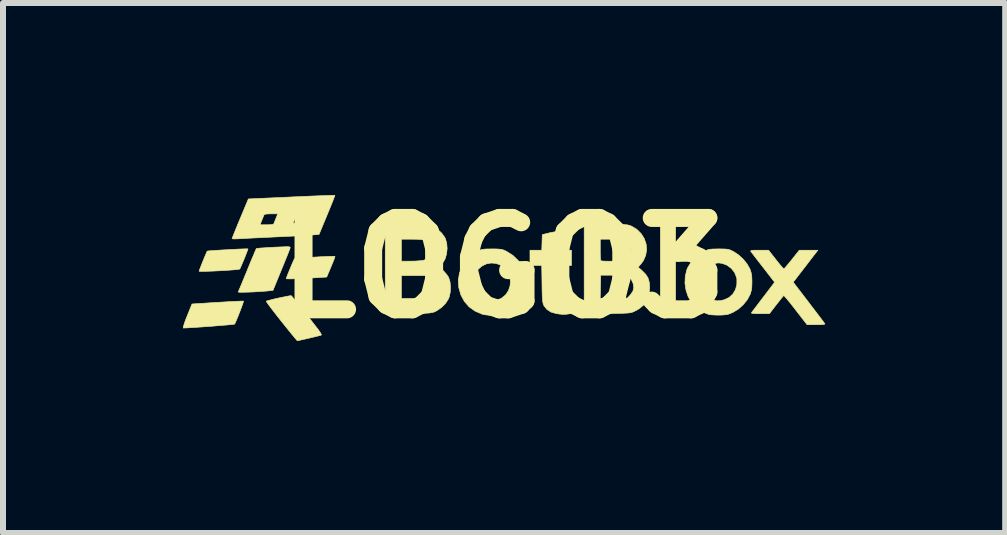
<source format=kicad_pcb>
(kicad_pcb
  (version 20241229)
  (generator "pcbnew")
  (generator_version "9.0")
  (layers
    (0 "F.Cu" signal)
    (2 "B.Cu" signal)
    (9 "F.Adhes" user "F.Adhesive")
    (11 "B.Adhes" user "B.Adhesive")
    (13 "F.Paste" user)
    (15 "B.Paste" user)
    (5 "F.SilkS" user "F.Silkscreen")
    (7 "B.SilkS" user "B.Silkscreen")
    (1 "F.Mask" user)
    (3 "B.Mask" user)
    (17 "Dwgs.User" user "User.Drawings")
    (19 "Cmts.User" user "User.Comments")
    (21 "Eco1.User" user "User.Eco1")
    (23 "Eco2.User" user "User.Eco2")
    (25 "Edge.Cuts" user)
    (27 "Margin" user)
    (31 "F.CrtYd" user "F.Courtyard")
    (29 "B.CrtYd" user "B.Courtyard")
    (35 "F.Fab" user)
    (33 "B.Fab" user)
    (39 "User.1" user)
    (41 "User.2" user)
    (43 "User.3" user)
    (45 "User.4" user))
  (footprint "LOGO3"
    (layer "F.Cu")
    (at 5.349 1.418)
    (property "Reference" "LOGO3" (at 0 0 0) (layer "F.SilkS") (effects (font (size 1.524 1.524) (thickness 0.3))))
    (attr through_hole)
    (fp_poly (pts (xy 2.865 0.762) (xy 2.611 0.762) (xy 2.611 -0.734) (xy 2.865 -0.734) (xy 2.865 0.762)) (stroke (width 0.01) (type solid)) (fill yes) (layer "F.SilkS"))
    (fp_poly (pts (xy -2.814 -0.194) (xy -2.817 -0.18) (xy -2.829 -0.145) (xy -2.849 -0.094) (xy -2.875 -0.032) (xy -2.88 -0.019) (xy -2.952 0.151) (xy -3.095 0.16) (xy -3.244 0.169) (xy -3.369 0.175) (xy -3.471 0.179) (xy -3.548 0.182) (xy -3.6 0.181) (xy -3.624 0.179) (xy -3.627 0.178) (xy -3.621 0.16) (xy -3.608 0.123) (xy -3.588 0.073) (xy -3.564 0.016) (xy -3.54 -0.042) (xy -3.518 -0.094) (xy -3.5 -0.134) (xy -3.489 -0.155) (xy -3.488 -0.157) (xy -3.472 -0.16) (xy -3.433 -0.164) (xy -3.375 -0.168) (xy -3.304 -0.173) (xy -3.224 -0.178) (xy -3.139 -0.182) (xy -3.056 -0.187) (xy -2.977 -0.19) (xy -2.909 -0.193) (xy -2.856 -0.195) (xy -2.823 -0.195) (xy -2.814 -0.194)) (stroke (width 0.01) (type solid)) (fill yes) (layer "F.SilkS"))
    (fp_poly (pts (xy -4.342 0.552) (xy -4.339 0.553) (xy -4.342 0.567) (xy -4.353 0.602) (xy -4.371 0.651) (xy -4.393 0.71) (xy -4.417 0.771) (xy -4.44 0.83) (xy -4.462 0.881) (xy -4.478 0.918) (xy -4.488 0.936) (xy -4.503 0.939) (xy -4.542 0.943) (xy -4.601 0.949) (xy -4.676 0.955) (xy -4.762 0.962) (xy -4.855 0.97) (xy -4.952 0.977) (xy -5.047 0.984) (xy -5.138 0.99) (xy -5.219 0.995) (xy -5.286 0.999) (xy -5.336 1.001) (xy -5.343 1.002) (xy -5.344 0.989) (xy -5.335 0.955) (xy -5.318 0.902) (xy -5.293 0.835) (xy -5.279 0.801) (xy -5.198 0.6) (xy -4.772 0.573) (xy -4.665 0.567) (xy -4.568 0.561) (xy -4.483 0.557) (xy -4.415 0.554) (xy -4.367 0.552) (xy -4.342 0.552)) (stroke (width 0.01) (type solid)) (fill yes) (layer "F.SilkS"))
    (fp_poly (pts (xy 0.875 -0.296) (xy 1.129 -0.296) (xy 1.129 -0.042) (xy 0.873 -0.042) (xy 0.878 0.213) (xy 0.882 0.468) (xy 0.922 0.502) (xy 0.951 0.523) (xy 0.986 0.533) (xy 1.037 0.536) (xy 1.045 0.536) (xy 1.129 0.536) (xy 1.129 0.758) (xy 1.076 0.767) (xy 1.028 0.773) (xy 0.982 0.773) (xy 0.927 0.768) (xy 0.875 0.76) (xy 0.788 0.735) (xy 0.72 0.691) (xy 0.672 0.632) (xy 0.669 0.626) (xy 0.66 0.604) (xy 0.653 0.579) (xy 0.648 0.546) (xy 0.644 0.501) (xy 0.641 0.439) (xy 0.639 0.357) (xy 0.638 0.265) (xy 0.633 -0.042) (xy 0.437 -0.042) (xy 0.437 -0.296) (xy 0.634 -0.296) (xy 0.638 -0.426) (xy 0.642 -0.556) (xy 0.707 -0.572) (xy 0.76 -0.585) (xy 0.811 -0.596) (xy 0.824 -0.598) (xy 0.875 -0.608) (xy 0.875 -0.296)) (stroke (width 0.01) (type solid)) (fill yes) (layer "F.SilkS"))
    (fp_poly (pts (xy -4.265 -0.319) (xy -4.268 -0.305) (xy -4.281 -0.271) (xy -4.299 -0.224) (xy -4.321 -0.168) (xy -4.345 -0.111) (xy -4.367 -0.058) (xy -4.386 -0.015) (xy -4.399 0.013) (xy -4.403 0.018) (xy -4.419 0.022) (xy -4.458 0.027) (xy -4.515 0.032) (xy -4.586 0.037) (xy -4.666 0.042) (xy -4.75 0.047) (xy -4.833 0.051) (xy -4.912 0.054) (xy -4.98 0.056) (xy -5.034 0.057) (xy -5.069 0.056) (xy -5.08 0.054) (xy -5.075 0.037) (xy -5.061 0.001) (xy -5.042 -0.048) (xy -5.019 -0.105) (xy -4.996 -0.162) (xy -4.974 -0.215) (xy -4.956 -0.256) (xy -4.946 -0.279) (xy -4.944 -0.281) (xy -4.929 -0.284) (xy -4.891 -0.287) (xy -4.834 -0.291) (xy -4.763 -0.296) (xy -4.683 -0.301) (xy -4.598 -0.305) (xy -4.514 -0.31) (xy -4.435 -0.314) (xy -4.366 -0.317) (xy -4.311 -0.319) (xy -4.276 -0.319) (xy -4.265 -0.319)) (stroke (width 0.01) (type solid)) (fill yes) (layer "F.SilkS"))
    (fp_poly (pts (xy -3.588 -0.354) (xy -3.569 -0.351) (xy -3.562 -0.346) (xy -3.561 -0.338) (xy -3.562 -0.332) (xy -3.57 -0.311) (xy -3.586 -0.269) (xy -3.61 -0.208) (xy -3.641 -0.132) (xy -3.676 -0.045) (xy -3.709 0.035) (xy -3.848 0.374) (xy -3.938 0.383) (xy -4.01 0.389) (xy -4.088 0.394) (xy -4.167 0.399) (xy -4.244 0.402) (xy -4.314 0.404) (xy -4.37 0.405) (xy -4.41 0.404) (xy -4.427 0.401) (xy -4.427 0.4) (xy -4.42 0.384) (xy -4.404 0.346) (xy -4.38 0.288) (xy -4.35 0.215) (xy -4.315 0.13) (xy -4.276 0.037) (xy -4.276 0.035) (xy -4.238 -0.058) (xy -4.203 -0.143) (xy -4.172 -0.215) (xy -4.149 -0.272) (xy -4.132 -0.309) (xy -4.125 -0.324) (xy -4.125 -0.324) (xy -4.11 -0.327) (xy -4.07 -0.331) (xy -4.012 -0.335) (xy -3.938 -0.34) (xy -3.853 -0.345) (xy -3.837 -0.346) (xy -3.741 -0.35) (xy -3.67 -0.353) (xy -3.62 -0.355) (xy -3.588 -0.354)) (stroke (width 0.01) (type solid)) (fill yes) (layer "F.SilkS"))
    (fp_poly (pts (xy -3.541 0.463) (xy -3.53 0.476) (xy -3.504 0.508) (xy -3.465 0.557) (xy -3.415 0.619) (xy -3.357 0.692) (xy -3.292 0.773) (xy -3.276 0.793) (xy -3.2 0.889) (xy -3.141 0.965) (xy -3.096 1.023) (xy -3.066 1.066) (xy -3.048 1.095) (xy -3.041 1.112) (xy -3.044 1.12) (xy -3.045 1.12) (xy -3.072 1.128) (xy -3.117 1.139) (xy -3.175 1.153) (xy -3.238 1.168) (xy -3.303 1.183) (xy -3.361 1.196) (xy -3.407 1.206) (xy -3.435 1.212) (xy -3.441 1.213) (xy -3.452 1.202) (xy -3.478 1.172) (xy -3.517 1.125) (xy -3.567 1.064) (xy -3.625 0.992) (xy -3.689 0.912) (xy -3.709 0.887) (xy -3.774 0.805) (xy -3.833 0.729) (xy -3.883 0.664) (xy -3.922 0.612) (xy -3.948 0.575) (xy -3.96 0.556) (xy -3.96 0.555) (xy -3.943 0.547) (xy -3.904 0.537) (xy -3.851 0.523) (xy -3.788 0.508) (xy -3.722 0.494) (xy -3.658 0.481) (xy -3.603 0.47) (xy -3.562 0.463) (xy -3.542 0.462) (xy -3.541 0.463)) (stroke (width 0.01) (type solid)) (fill yes) (layer "F.SilkS"))
    (fp_poly (pts (xy -0.125 -0.317) (xy -0.073 -0.314) (xy -0.034 -0.309) (xy -0.001 -0.299) (xy 0.034 -0.283) (xy 0.042 -0.279) (xy 0.152 -0.21) (xy 0.241 -0.124) (xy 0.307 -0.023) (xy 0.348 0.09) (xy 0.364 0.215) (xy 0.363 0.279) (xy 0.34 0.401) (xy 0.294 0.511) (xy 0.227 0.606) (xy 0.141 0.684) (xy 0.04 0.742) (xy -0.076 0.778) (xy -0.202 0.789) (xy -0.202 0.789) (xy -0.263 0.786) (xy -0.321 0.779) (xy -0.36 0.77) (xy -0.478 0.719) (xy -0.578 0.648) (xy -0.657 0.557) (xy -0.715 0.449) (xy -0.75 0.326) (xy -0.758 0.204) (xy -0.756 0.194) (xy -0.503 0.194) (xy -0.5 0.283) (xy -0.473 0.368) (xy -0.425 0.442) (xy -0.359 0.5) (xy -0.303 0.529) (xy -0.226 0.545) (xy -0.141 0.54) (xy -0.061 0.515) (xy -0.035 0.502) (xy 0.031 0.448) (xy 0.078 0.378) (xy 0.105 0.298) (xy 0.111 0.214) (xy 0.096 0.13) (xy 0.059 0.053) (xy 0.022 0.007) (xy -0.05 -0.047) (xy -0.128 -0.076) (xy -0.209 -0.083) (xy -0.288 -0.069) (xy -0.361 -0.034) (xy -0.423 0.018) (xy -0.471 0.087) (xy -0.499 0.17) (xy -0.503 0.194) (xy -0.756 0.194) (xy -0.739 0.085) (xy -0.696 -0.026) (xy -0.631 -0.126) (xy -0.546 -0.211) (xy -0.442 -0.277) (xy -0.441 -0.278) (xy -0.403 -0.295) (xy -0.37 -0.307) (xy -0.333 -0.313) (xy -0.285 -0.317) (xy -0.219 -0.317) (xy -0.198 -0.318) (xy -0.125 -0.317)) (stroke (width 0.01) (type solid)) (fill yes) (layer "F.SilkS"))
    (fp_poly (pts (xy 4.537 -0.141) (xy 4.581 -0.085) (xy 4.62 -0.038) (xy 4.65 -0.004) (xy 4.667 0.013) (xy 4.669 0.014) (xy 4.682 0.004) (xy 4.708 -0.025) (xy 4.744 -0.068) (xy 4.788 -0.121) (xy 4.804 -0.141) (xy 4.927 -0.296) (xy 5.237 -0.296) (xy 5.12 -0.145) (xy 5.067 -0.075) (xy 5.009 -0.000029) (xy 4.955 0.07) (xy 4.915 0.122) (xy 4.826 0.237) (xy 5.086 0.576) (xy 5.151 0.662) (xy 5.211 0.74) (xy 5.263 0.809) (xy 5.306 0.865) (xy 5.336 0.906) (xy 5.353 0.928) (xy 5.355 0.93) (xy 5.347 0.938) (xy 5.315 0.943) (xy 5.255 0.945) (xy 5.21 0.945) (xy 5.057 0.945) (xy 4.867 0.7) (xy 4.812 0.629) (xy 4.762 0.566) (xy 4.72 0.516) (xy 4.689 0.48) (xy 4.671 0.462) (xy 4.668 0.46) (xy 4.656 0.473) (xy 4.63 0.504) (xy 4.595 0.549) (xy 4.552 0.603) (xy 4.543 0.614) (xy 4.429 0.762) (xy 4.273 0.762) (xy 4.203 0.761) (xy 4.159 0.759) (xy 4.135 0.755) (xy 4.129 0.748) (xy 4.131 0.744) (xy 4.143 0.728) (xy 4.17 0.693) (xy 4.208 0.643) (xy 4.255 0.581) (xy 4.309 0.51) (xy 4.33 0.483) (xy 4.516 0.238) (xy 4.329 -0.004) (xy 4.273 -0.076) (xy 4.221 -0.143) (xy 4.178 -0.199) (xy 4.145 -0.242) (xy 4.126 -0.267) (xy 4.123 -0.271) (xy 4.117 -0.282) (xy 4.12 -0.289) (xy 4.136 -0.294) (xy 4.17 -0.296) (xy 4.226 -0.296) (xy 4.26 -0.296) (xy 4.415 -0.296) (xy 4.537 -0.141)) (stroke (width 0.01) (type solid)) (fill yes) (layer "F.SilkS"))
    (fp_poly (pts (xy 3.655 -0.317) (xy 3.706 -0.315) (xy 3.744 -0.31) (xy 3.776 -0.3) (xy 3.81 -0.284) (xy 3.832 -0.273) (xy 3.913 -0.219) (xy 3.99 -0.149) (xy 4.055 -0.07) (xy 4.101 0.01) (xy 4.107 0.024) (xy 4.125 0.08) (xy 4.135 0.14) (xy 4.138 0.213) (xy 4.138 0.233) (xy 4.136 0.311) (xy 4.128 0.373) (xy 4.112 0.429) (xy 4.107 0.441) (xy 4.061 0.528) (xy 3.994 0.611) (xy 3.913 0.684) (xy 3.828 0.736) (xy 3.778 0.759) (xy 3.734 0.774) (xy 3.687 0.781) (xy 3.626 0.785) (xy 3.607 0.785) (xy 3.541 0.785) (xy 3.478 0.782) (xy 3.429 0.777) (xy 3.418 0.775) (xy 3.356 0.751) (xy 3.286 0.711) (xy 3.217 0.66) (xy 3.156 0.604) (xy 3.129 0.572) (xy 3.074 0.477) (xy 3.038 0.368) (xy 3.021 0.253) (xy 3.023 0.222) (xy 3.273 0.222) (xy 3.283 0.315) (xy 3.316 0.397) (xy 3.371 0.465) (xy 3.446 0.516) (xy 3.499 0.537) (xy 3.558 0.548) (xy 3.619 0.544) (xy 3.679 0.529) (xy 3.757 0.492) (xy 3.819 0.435) (xy 3.863 0.362) (xy 3.886 0.278) (xy 3.887 0.188) (xy 3.88 0.154) (xy 3.848 0.074) (xy 3.793 0.006) (xy 3.723 -0.046) (xy 3.641 -0.077) (xy 3.579 -0.085) (xy 3.502 -0.073) (xy 3.428 -0.04) (xy 3.363 0.009) (xy 3.313 0.068) (xy 3.289 0.122) (xy 3.273 0.222) (xy 3.023 0.222) (xy 3.026 0.138) (xy 3.052 0.03) (xy 3.065 -0.002) (xy 3.126 -0.102) (xy 3.207 -0.19) (xy 3.303 -0.258) (xy 3.327 -0.271) (xy 3.37 -0.291) (xy 3.405 -0.305) (xy 3.44 -0.312) (xy 3.484 -0.316) (xy 3.543 -0.317) (xy 3.584 -0.318) (xy 3.655 -0.317)) (stroke (width 0.01) (type solid)) (fill yes) (layer "F.SilkS"))
    (fp_poly (pts (xy -2.816 -1.212) (xy -2.82 -1.198) (xy -2.833 -1.161) (xy -2.854 -1.106) (xy -2.883 -1.036) (xy -2.916 -0.954) (xy -2.943 -0.889) (xy -2.98 -0.8) (xy -3.013 -0.721) (xy -3.041 -0.653) (xy -3.062 -0.602) (xy -3.076 -0.57) (xy -3.079 -0.561) (xy -3.094 -0.558) (xy -3.133 -0.555) (xy -3.196 -0.55) (xy -3.277 -0.545) (xy -3.376 -0.539) (xy -3.488 -0.533) (xy -3.61 -0.527) (xy -3.69 -0.523) (xy -3.823 -0.517) (xy -3.952 -0.511) (xy -4.072 -0.505) (xy -4.181 -0.5) (xy -4.274 -0.495) (xy -4.348 -0.491) (xy -4.399 -0.488) (xy -4.413 -0.487) (xy -4.466 -0.485) (xy -4.507 -0.485) (xy -4.528 -0.488) (xy -4.53 -0.49) (xy -4.524 -0.505) (xy -4.51 -0.543) (xy -4.487 -0.599) (xy -4.458 -0.671) (xy -4.438 -0.72) (xy -4.064 -0.72) (xy -3.952 -0.72) (xy -3.887 -0.722) (xy -3.848 -0.728) (xy -3.834 -0.737) (xy -3.83 -0.747) (xy -3.513 -0.747) (xy -3.399 -0.751) (xy -3.285 -0.755) (xy -3.251 -0.838) (xy -3.234 -0.882) (xy -3.222 -0.914) (xy -3.217 -0.927) (xy -3.23 -0.929) (xy -3.265 -0.931) (xy -3.313 -0.931) (xy -3.321 -0.931) (xy -3.379 -0.93) (xy -3.416 -0.924) (xy -3.44 -0.908) (xy -3.46 -0.875) (xy -3.482 -0.822) (xy -3.482 -0.821) (xy -3.513 -0.747) (xy -3.83 -0.747) (xy -3.825 -0.76) (xy -3.81 -0.798) (xy -3.798 -0.829) (xy -3.768 -0.903) (xy -3.879 -0.903) (xy -3.945 -0.901) (xy -3.984 -0.895) (xy -3.997 -0.885) (xy -4.006 -0.863) (xy -4.022 -0.825) (xy -4.034 -0.794) (xy -4.064 -0.72) (xy -4.438 -0.72) (xy -4.424 -0.754) (xy -4.394 -0.826) (xy -4.258 -1.151) (xy -3.539 -1.184) (xy -3.4 -1.19) (xy -3.269 -1.196) (xy -3.15 -1.201) (xy -3.044 -1.205) (xy -2.956 -1.208) (xy -2.887 -1.211) (xy -2.84 -1.212) (xy -2.817 -1.212) (xy -2.816 -1.212)) (stroke (width 0.01) (type solid)) (fill yes) (layer "F.SilkS"))
    (fp_poly (pts (xy 1.704 -0.731) (xy 1.816 -0.73) (xy 1.904 -0.728) (xy 1.971 -0.726) (xy 2.021 -0.723) (xy 2.059 -0.719) (xy 2.087 -0.713) (xy 2.11 -0.706) (xy 2.131 -0.697) (xy 2.221 -0.642) (xy 2.292 -0.571) (xy 2.343 -0.489) (xy 2.374 -0.398) (xy 2.382 -0.305) (xy 2.367 -0.212) (xy 2.329 -0.124) (xy 2.292 -0.073) (xy 2.241 -0.013) (xy 2.306 0.044) (xy 2.367 0.106) (xy 2.406 0.168) (xy 2.426 0.239) (xy 2.433 0.327) (xy 2.433 0.332) (xy 2.422 0.444) (xy 2.388 0.539) (xy 2.33 0.62) (xy 2.249 0.685) (xy 2.188 0.718) (xy 2.164 0.729) (xy 2.142 0.738) (xy 2.118 0.744) (xy 2.088 0.749) (xy 2.048 0.752) (xy 1.995 0.755) (xy 1.925 0.757) (xy 1.834 0.758) (xy 1.725 0.759) (xy 1.341 0.764) (xy 1.341 0.51) (xy 1.608 0.51) (xy 1.835 0.505) (xy 2.062 0.501) (xy 2.11 0.449) (xy 2.153 0.388) (xy 2.168 0.326) (xy 2.157 0.259) (xy 2.147 0.235) (xy 2.127 0.195) (xy 2.103 0.166) (xy 2.071 0.145) (xy 2.027 0.132) (xy 1.966 0.124) (xy 1.884 0.121) (xy 1.82 0.12) (xy 1.616 0.12) (xy 1.612 0.315) (xy 1.608 0.51) (xy 1.341 0.51) (xy 1.341 -0.48) (xy 1.609 -0.48) (xy 1.609 -0.306) (xy 1.609 -0.238) (xy 1.611 -0.181) (xy 1.614 -0.141) (xy 1.618 -0.123) (xy 1.618 -0.122) (xy 1.637 -0.117) (xy 1.677 -0.114) (xy 1.732 -0.113) (xy 1.794 -0.113) (xy 1.858 -0.115) (xy 1.916 -0.118) (xy 1.961 -0.123) (xy 1.985 -0.128) (xy 2.044 -0.163) (xy 2.085 -0.213) (xy 2.106 -0.271) (xy 2.107 -0.332) (xy 2.087 -0.39) (xy 2.045 -0.439) (xy 2.033 -0.448) (xy 2.012 -0.461) (xy 1.989 -0.47) (xy 1.959 -0.475) (xy 1.916 -0.478) (xy 1.855 -0.48) (xy 1.797 -0.48) (xy 1.609 -0.48) (xy 1.341 -0.48) (xy 1.341 -0.736) (xy 1.704 -0.731)) (stroke (width 0.01) (type solid)) (fill yes) (layer "F.SilkS"))
    (fp_poly (pts (xy -1.612 -0.731) (xy -1.501 -0.73) (xy -1.414 -0.728) (xy -1.348 -0.726) (xy -1.299 -0.723) (xy -1.262 -0.72) (xy -1.234 -0.714) (xy -1.212 -0.707) (xy -1.19 -0.698) (xy -1.179 -0.693) (xy -1.102 -0.644) (xy -1.034 -0.58) (xy -0.983 -0.509) (xy -0.973 -0.489) (xy -0.951 -0.413) (xy -0.944 -0.325) (xy -0.953 -0.236) (xy -0.976 -0.156) (xy -0.982 -0.144) (xy -1.009 -0.097) (xy -1.039 -0.057) (xy -1.056 -0.04) (xy -1.079 -0.018) (xy -1.079 -0.006) (xy -1.074 -0.003) (xy -1.04 0.017) (xy -0.999 0.054) (xy -0.959 0.1) (xy -0.926 0.145) (xy -0.918 0.161) (xy -0.896 0.23) (xy -0.888 0.314) (xy -0.892 0.402) (xy -0.909 0.482) (xy -0.922 0.515) (xy -0.97 0.59) (xy -1.039 0.659) (xy -1.119 0.714) (xy -1.141 0.725) (xy -1.162 0.734) (xy -1.185 0.741) (xy -1.212 0.746) (xy -1.248 0.751) (xy -1.296 0.754) (xy -1.36 0.756) (xy -1.443 0.757) (xy -1.55 0.759) (xy -1.591 0.759) (xy -1.976 0.764) (xy -1.976 0.127) (xy -1.707 0.127) (xy -1.707 0.508) (xy -1.498 0.508) (xy -1.416 0.508) (xy -1.357 0.506) (xy -1.315 0.503) (xy -1.286 0.498) (xy -1.264 0.49) (xy -1.243 0.478) (xy -1.241 0.476) (xy -1.193 0.434) (xy -1.167 0.384) (xy -1.157 0.316) (xy -1.157 0.305) (xy -1.16 0.262) (xy -1.171 0.23) (xy -1.196 0.199) (xy -1.212 0.182) (xy -1.267 0.127) (xy -1.707 0.127) (xy -1.976 0.127) (xy -1.976 -0.48) (xy -1.707 -0.48) (xy -1.707 -0.113) (xy -1.542 -0.114) (xy -1.471 -0.115) (xy -1.406 -0.12) (xy -1.354 -0.125) (xy -1.327 -0.131) (xy -1.274 -0.163) (xy -1.237 -0.213) (xy -1.217 -0.275) (xy -1.217 -0.341) (xy -1.235 -0.396) (xy -1.255 -0.427) (xy -1.282 -0.45) (xy -1.32 -0.465) (xy -1.373 -0.474) (xy -1.445 -0.479) (xy -1.523 -0.48) (xy -1.707 -0.48) (xy -1.976 -0.48) (xy -1.976 -0.736) (xy -1.612 -0.731)) (stroke (width 0.01) (type solid)) (fill yes) (layer "F.SilkS")))
  (gr_rect
    (start -3 -3)
    (end 13.709 5.836)
    (stroke (width 0.1) (type default))
    (fill no)
    (layer "Edge.Cuts")))
</source>
